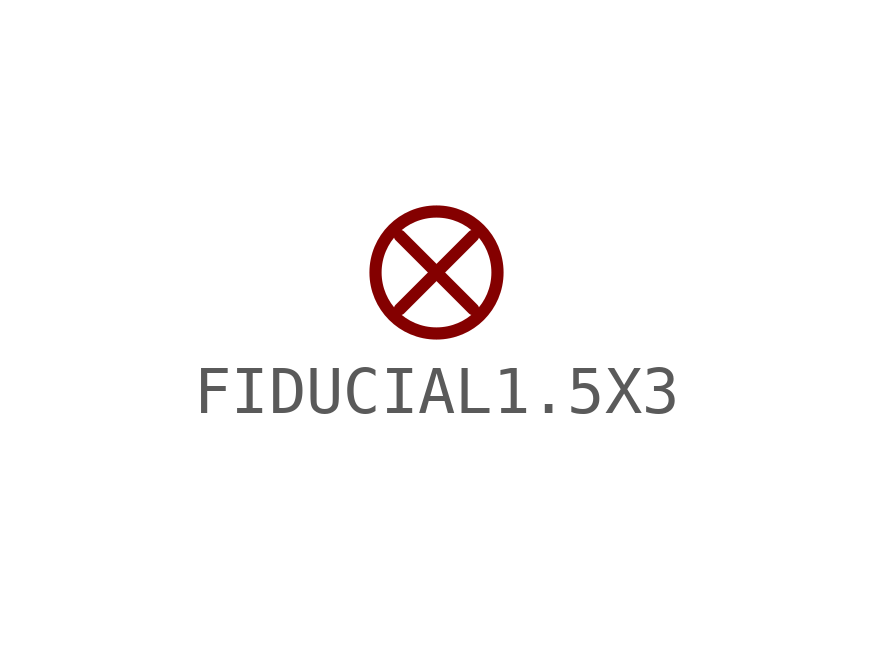
<source format=kicad_sym>
(kicad_symbol_lib
  (version 20211014)
  (generator kicad_symbol_editor)
  (symbol "FIDUCIAL1.5X3"
    (property "Reference" "JP"
      (at 0 0 0)
      (effects (font (size 1.27 1.27)) hide))
    (property "ki_locked" ""
      (at 0 0 0)
      (effects (font (size 1.27 1.27))))
    (symbol "FIDUCIAL1.5X3_1_0"
      (polyline (pts (xy -0.762 0.762) (xy 0.762 -0.762)) (stroke (width 0.254) (type default) (color 0 0 0 0)) (fill (type none)))
      (polyline (pts (xy 0.762 0.762) (xy -0.762 -0.762)) (stroke (width 0.254) (type default) (color 0 0 0 0)) (fill (type none)))
      (circle (center 0 0) (radius 1.27) (stroke (width 0.254) (type default) (color 0 0 0 0)) (fill (type none))))))
</source>
